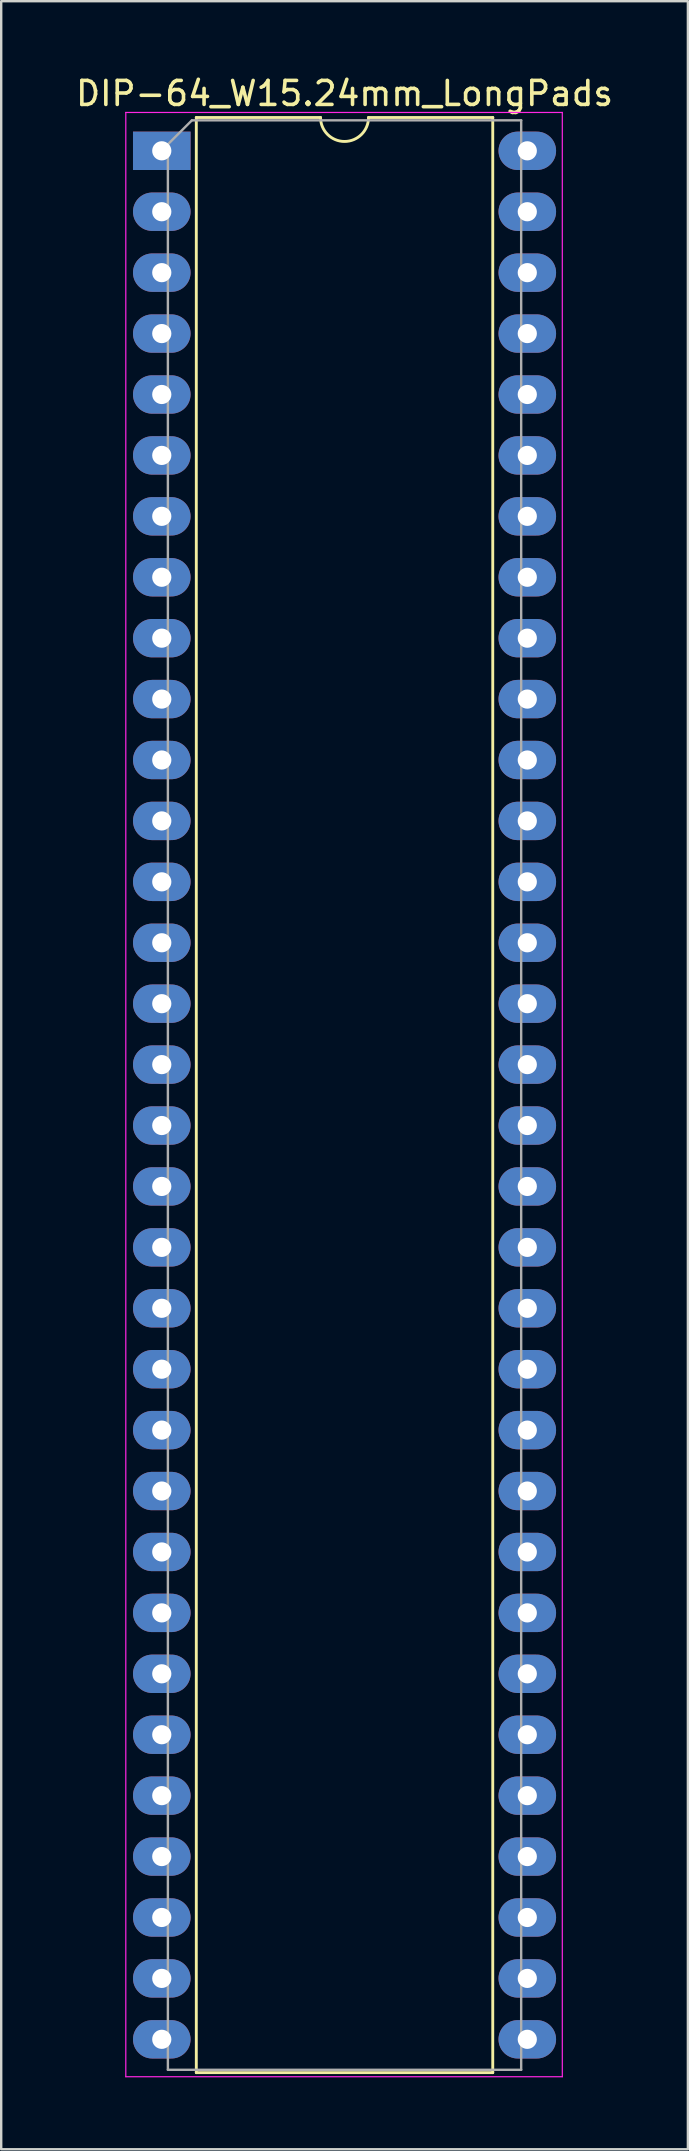
<source format=kicad_pcb>
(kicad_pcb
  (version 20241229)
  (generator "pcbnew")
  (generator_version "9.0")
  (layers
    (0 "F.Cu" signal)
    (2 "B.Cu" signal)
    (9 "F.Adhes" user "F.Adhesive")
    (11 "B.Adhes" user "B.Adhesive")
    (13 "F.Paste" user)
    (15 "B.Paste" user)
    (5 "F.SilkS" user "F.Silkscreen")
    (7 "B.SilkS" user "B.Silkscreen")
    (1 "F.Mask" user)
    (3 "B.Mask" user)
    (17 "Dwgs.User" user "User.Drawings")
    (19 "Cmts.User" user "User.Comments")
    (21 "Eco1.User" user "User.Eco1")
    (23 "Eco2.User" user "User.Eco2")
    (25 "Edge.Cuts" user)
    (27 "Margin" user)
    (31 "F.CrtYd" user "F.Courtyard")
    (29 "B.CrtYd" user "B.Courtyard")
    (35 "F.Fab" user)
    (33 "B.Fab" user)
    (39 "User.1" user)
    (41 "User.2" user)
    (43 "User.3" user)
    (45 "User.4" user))
  (footprint "DIP-64_W15.24mm_LongPads"
    (layer "F.Cu")
    (at 3.695 3.238)
    (property "Reference" "DIP-64_W15.24mm_LongPads" (at 7.62 -2.39 0) (layer "F.SilkS") (effects (font (size 1 1) (thickness 0.15))))
    (attr through_hole)
    (fp_line (start 1.44 -1.39) (end 1.44 80.13) (stroke (width 0.12) (type solid)) (layer "F.SilkS"))
    (fp_line (start 1.44 80.13) (end 13.8 80.13) (stroke (width 0.12) (type solid)) (layer "F.SilkS"))
    (fp_line (start 6.62 -1.39) (end 1.44 -1.39) (stroke (width 0.12) (type solid)) (layer "F.SilkS"))
    (fp_line (start 13.8 -1.39) (end 8.62 -1.39) (stroke (width 0.12) (type solid)) (layer "F.SilkS"))
    (fp_line (start 13.8 80.13) (end 13.8 -1.39) (stroke (width 0.12) (type solid)) (layer "F.SilkS"))
    (fp_arc (start 8.62 -1.39) (mid 7.62 -0.39) (end 6.62 -1.39) (stroke (width 0.12) (type solid)) (layer "F.SilkS"))
    (fp_line (start -1.5 -1.6) (end -1.5 80.3) (stroke (width 0.05) (type solid)) (layer "F.CrtYd"))
    (fp_line (start -1.5 80.3) (end 16.7 80.3) (stroke (width 0.05) (type solid)) (layer "F.CrtYd"))
    (fp_line (start 16.7 -1.6) (end -1.5 -1.6) (stroke (width 0.05) (type solid)) (layer "F.CrtYd"))
    (fp_line (start 16.7 80.3) (end 16.7 -1.6) (stroke (width 0.05) (type solid)) (layer "F.CrtYd"))
    (fp_line (start 0.255 -0.27) (end 1.255 -1.27) (stroke (width 0.1) (type solid)) (layer "F.Fab"))
    (fp_line (start 0.255 80.01) (end 0.255 -0.27) (stroke (width 0.1) (type solid)) (layer "F.Fab"))
    (fp_line (start 1.255 -1.27) (end 14.985 -1.27) (stroke (width 0.1) (type solid)) (layer "F.Fab"))
    (fp_line (start 14.985 -1.27) (end 14.985 80.01) (stroke (width 0.1) (type solid)) (layer "F.Fab"))
    (fp_line (start 14.985 80.01) (end 0.255 80.01) (stroke (width 0.1) (type solid)) (layer "F.Fab"))
    (pad "1" thru_hole rect (at 0 0) (size 2.4 1.6) (drill 0.8) (layers "*.Cu" "*.Mask"))
    (pad "2" thru_hole oval (at 0 2.54) (size 2.4 1.6) (drill 0.8) (layers "*.Cu" "*.Mask"))
    (pad "3" thru_hole oval (at 0 5.08) (size 2.4 1.6) (drill 0.8) (layers "*.Cu" "*.Mask"))
    (pad "4" thru_hole oval (at 0 7.62) (size 2.4 1.6) (drill 0.8) (layers "*.Cu" "*.Mask"))
    (pad "5" thru_hole oval (at 0 10.16) (size 2.4 1.6) (drill 0.8) (layers "*.Cu" "*.Mask"))
    (pad "6" thru_hole oval (at 0 12.7) (size 2.4 1.6) (drill 0.8) (layers "*.Cu" "*.Mask"))
    (pad "7" thru_hole oval (at 0 15.24) (size 2.4 1.6) (drill 0.8) (layers "*.Cu" "*.Mask"))
    (pad "8" thru_hole oval (at 0 17.78) (size 2.4 1.6) (drill 0.8) (layers "*.Cu" "*.Mask"))
    (pad "9" thru_hole oval (at 0 20.32) (size 2.4 1.6) (drill 0.8) (layers "*.Cu" "*.Mask"))
    (pad "10" thru_hole oval (at 0 22.86) (size 2.4 1.6) (drill 0.8) (layers "*.Cu" "*.Mask"))
    (pad "11" thru_hole oval (at 0 25.4) (size 2.4 1.6) (drill 0.8) (layers "*.Cu" "*.Mask"))
    (pad "12" thru_hole oval (at 0 27.94) (size 2.4 1.6) (drill 0.8) (layers "*.Cu" "*.Mask"))
    (pad "13" thru_hole oval (at 0 30.48) (size 2.4 1.6) (drill 0.8) (layers "*.Cu" "*.Mask"))
    (pad "14" thru_hole oval (at 0 33.02) (size 2.4 1.6) (drill 0.8) (layers "*.Cu" "*.Mask"))
    (pad "15" thru_hole oval (at 0 35.56) (size 2.4 1.6) (drill 0.8) (layers "*.Cu" "*.Mask"))
    (pad "16" thru_hole oval (at 0 38.1) (size 2.4 1.6) (drill 0.8) (layers "*.Cu" "*.Mask"))
    (pad "17" thru_hole oval (at 0 40.64) (size 2.4 1.6) (drill 0.8) (layers "*.Cu" "*.Mask"))
    (pad "18" thru_hole oval (at 0 43.18) (size 2.4 1.6) (drill 0.8) (layers "*.Cu" "*.Mask"))
    (pad "19" thru_hole oval (at 0 45.72) (size 2.4 1.6) (drill 0.8) (layers "*.Cu" "*.Mask"))
    (pad "20" thru_hole oval (at 0 48.26) (size 2.4 1.6) (drill 0.8) (layers "*.Cu" "*.Mask"))
    (pad "21" thru_hole oval (at 0 50.8) (size 2.4 1.6) (drill 0.8) (layers "*.Cu" "*.Mask"))
    (pad "22" thru_hole oval (at 0 53.34) (size 2.4 1.6) (drill 0.8) (layers "*.Cu" "*.Mask"))
    (pad "23" thru_hole oval (at 0 55.88) (size 2.4 1.6) (drill 0.8) (layers "*.Cu" "*.Mask"))
    (pad "24" thru_hole oval (at 0 58.42) (size 2.4 1.6) (drill 0.8) (layers "*.Cu" "*.Mask"))
    (pad "25" thru_hole oval (at 0 60.96) (size 2.4 1.6) (drill 0.8) (layers "*.Cu" "*.Mask"))
    (pad "26" thru_hole oval (at 0 63.5) (size 2.4 1.6) (drill 0.8) (layers "*.Cu" "*.Mask"))
    (pad "27" thru_hole oval (at 0 66.04) (size 2.4 1.6) (drill 0.8) (layers "*.Cu" "*.Mask"))
    (pad "28" thru_hole oval (at 0 68.58) (size 2.4 1.6) (drill 0.8) (layers "*.Cu" "*.Mask"))
    (pad "29" thru_hole oval (at 0 71.12) (size 2.4 1.6) (drill 0.8) (layers "*.Cu" "*.Mask"))
    (pad "30" thru_hole oval (at 0 73.66) (size 2.4 1.6) (drill 0.8) (layers "*.Cu" "*.Mask"))
    (pad "31" thru_hole oval (at 0 76.2) (size 2.4 1.6) (drill 0.8) (layers "*.Cu" "*.Mask"))
    (pad "32" thru_hole oval (at 0 78.74) (size 2.4 1.6) (drill 0.8) (layers "*.Cu" "*.Mask"))
    (pad "33" thru_hole oval (at 15.24 78.74) (size 2.4 1.6) (drill 0.8) (layers "*.Cu" "*.Mask"))
    (pad "34" thru_hole oval (at 15.24 76.2) (size 2.4 1.6) (drill 0.8) (layers "*.Cu" "*.Mask"))
    (pad "35" thru_hole oval (at 15.24 73.66) (size 2.4 1.6) (drill 0.8) (layers "*.Cu" "*.Mask"))
    (pad "36" thru_hole oval (at 15.24 71.12) (size 2.4 1.6) (drill 0.8) (layers "*.Cu" "*.Mask"))
    (pad "37" thru_hole oval (at 15.24 68.58) (size 2.4 1.6) (drill 0.8) (layers "*.Cu" "*.Mask"))
    (pad "38" thru_hole oval (at 15.24 66.04) (size 2.4 1.6) (drill 0.8) (layers "*.Cu" "*.Mask"))
    (pad "39" thru_hole oval (at 15.24 63.5) (size 2.4 1.6) (drill 0.8) (layers "*.Cu" "*.Mask"))
    (pad "40" thru_hole oval (at 15.24 60.96) (size 2.4 1.6) (drill 0.8) (layers "*.Cu" "*.Mask"))
    (pad "41" thru_hole oval (at 15.24 58.42) (size 2.4 1.6) (drill 0.8) (layers "*.Cu" "*.Mask"))
    (pad "42" thru_hole oval (at 15.24 55.88) (size 2.4 1.6) (drill 0.8) (layers "*.Cu" "*.Mask"))
    (pad "43" thru_hole oval (at 15.24 53.34) (size 2.4 1.6) (drill 0.8) (layers "*.Cu" "*.Mask"))
    (pad "44" thru_hole oval (at 15.24 50.8) (size 2.4 1.6) (drill 0.8) (layers "*.Cu" "*.Mask"))
    (pad "45" thru_hole oval (at 15.24 48.26) (size 2.4 1.6) (drill 0.8) (layers "*.Cu" "*.Mask"))
    (pad "46" thru_hole oval (at 15.24 45.72) (size 2.4 1.6) (drill 0.8) (layers "*.Cu" "*.Mask"))
    (pad "47" thru_hole oval (at 15.24 43.18) (size 2.4 1.6) (drill 0.8) (layers "*.Cu" "*.Mask"))
    (pad "48" thru_hole oval (at 15.24 40.64) (size 2.4 1.6) (drill 0.8) (layers "*.Cu" "*.Mask"))
    (pad "49" thru_hole oval (at 15.24 38.1) (size 2.4 1.6) (drill 0.8) (layers "*.Cu" "*.Mask"))
    (pad "50" thru_hole oval (at 15.24 35.56) (size 2.4 1.6) (drill 0.8) (layers "*.Cu" "*.Mask"))
    (pad "51" thru_hole oval (at 15.24 33.02) (size 2.4 1.6) (drill 0.8) (layers "*.Cu" "*.Mask"))
    (pad "52" thru_hole oval (at 15.24 30.48) (size 2.4 1.6) (drill 0.8) (layers "*.Cu" "*.Mask"))
    (pad "53" thru_hole oval (at 15.24 27.94) (size 2.4 1.6) (drill 0.8) (layers "*.Cu" "*.Mask"))
    (pad "54" thru_hole oval (at 15.24 25.4) (size 2.4 1.6) (drill 0.8) (layers "*.Cu" "*.Mask"))
    (pad "55" thru_hole oval (at 15.24 22.86) (size 2.4 1.6) (drill 0.8) (layers "*.Cu" "*.Mask"))
    (pad "56" thru_hole oval (at 15.24 20.32) (size 2.4 1.6) (drill 0.8) (layers "*.Cu" "*.Mask"))
    (pad "57" thru_hole oval (at 15.24 17.78) (size 2.4 1.6) (drill 0.8) (layers "*.Cu" "*.Mask"))
    (pad "58" thru_hole oval (at 15.24 15.24) (size 2.4 1.6) (drill 0.8) (layers "*.Cu" "*.Mask"))
    (pad "59" thru_hole oval (at 15.24 12.7) (size 2.4 1.6) (drill 0.8) (layers "*.Cu" "*.Mask"))
    (pad "60" thru_hole oval (at 15.24 10.16) (size 2.4 1.6) (drill 0.8) (layers "*.Cu" "*.Mask"))
    (pad "61" thru_hole oval (at 15.24 7.62) (size 2.4 1.6) (drill 0.8) (layers "*.Cu" "*.Mask"))
    (pad "62" thru_hole oval (at 15.24 5.08) (size 2.4 1.6) (drill 0.8) (layers "*.Cu" "*.Mask"))
    (pad "63" thru_hole oval (at 15.24 2.54) (size 2.4 1.6) (drill 0.8) (layers "*.Cu" "*.Mask"))
    (pad "64" thru_hole oval (at 15.24 0) (size 2.4 1.6) (drill 0.8) (layers "*.Cu" "*.Mask")))
  (gr_rect
    (start -3 -3)
    (end 25.631 86.563)
    (stroke (width 0.1) (type default))
    (fill no)
    (layer "Edge.Cuts")))
</source>
